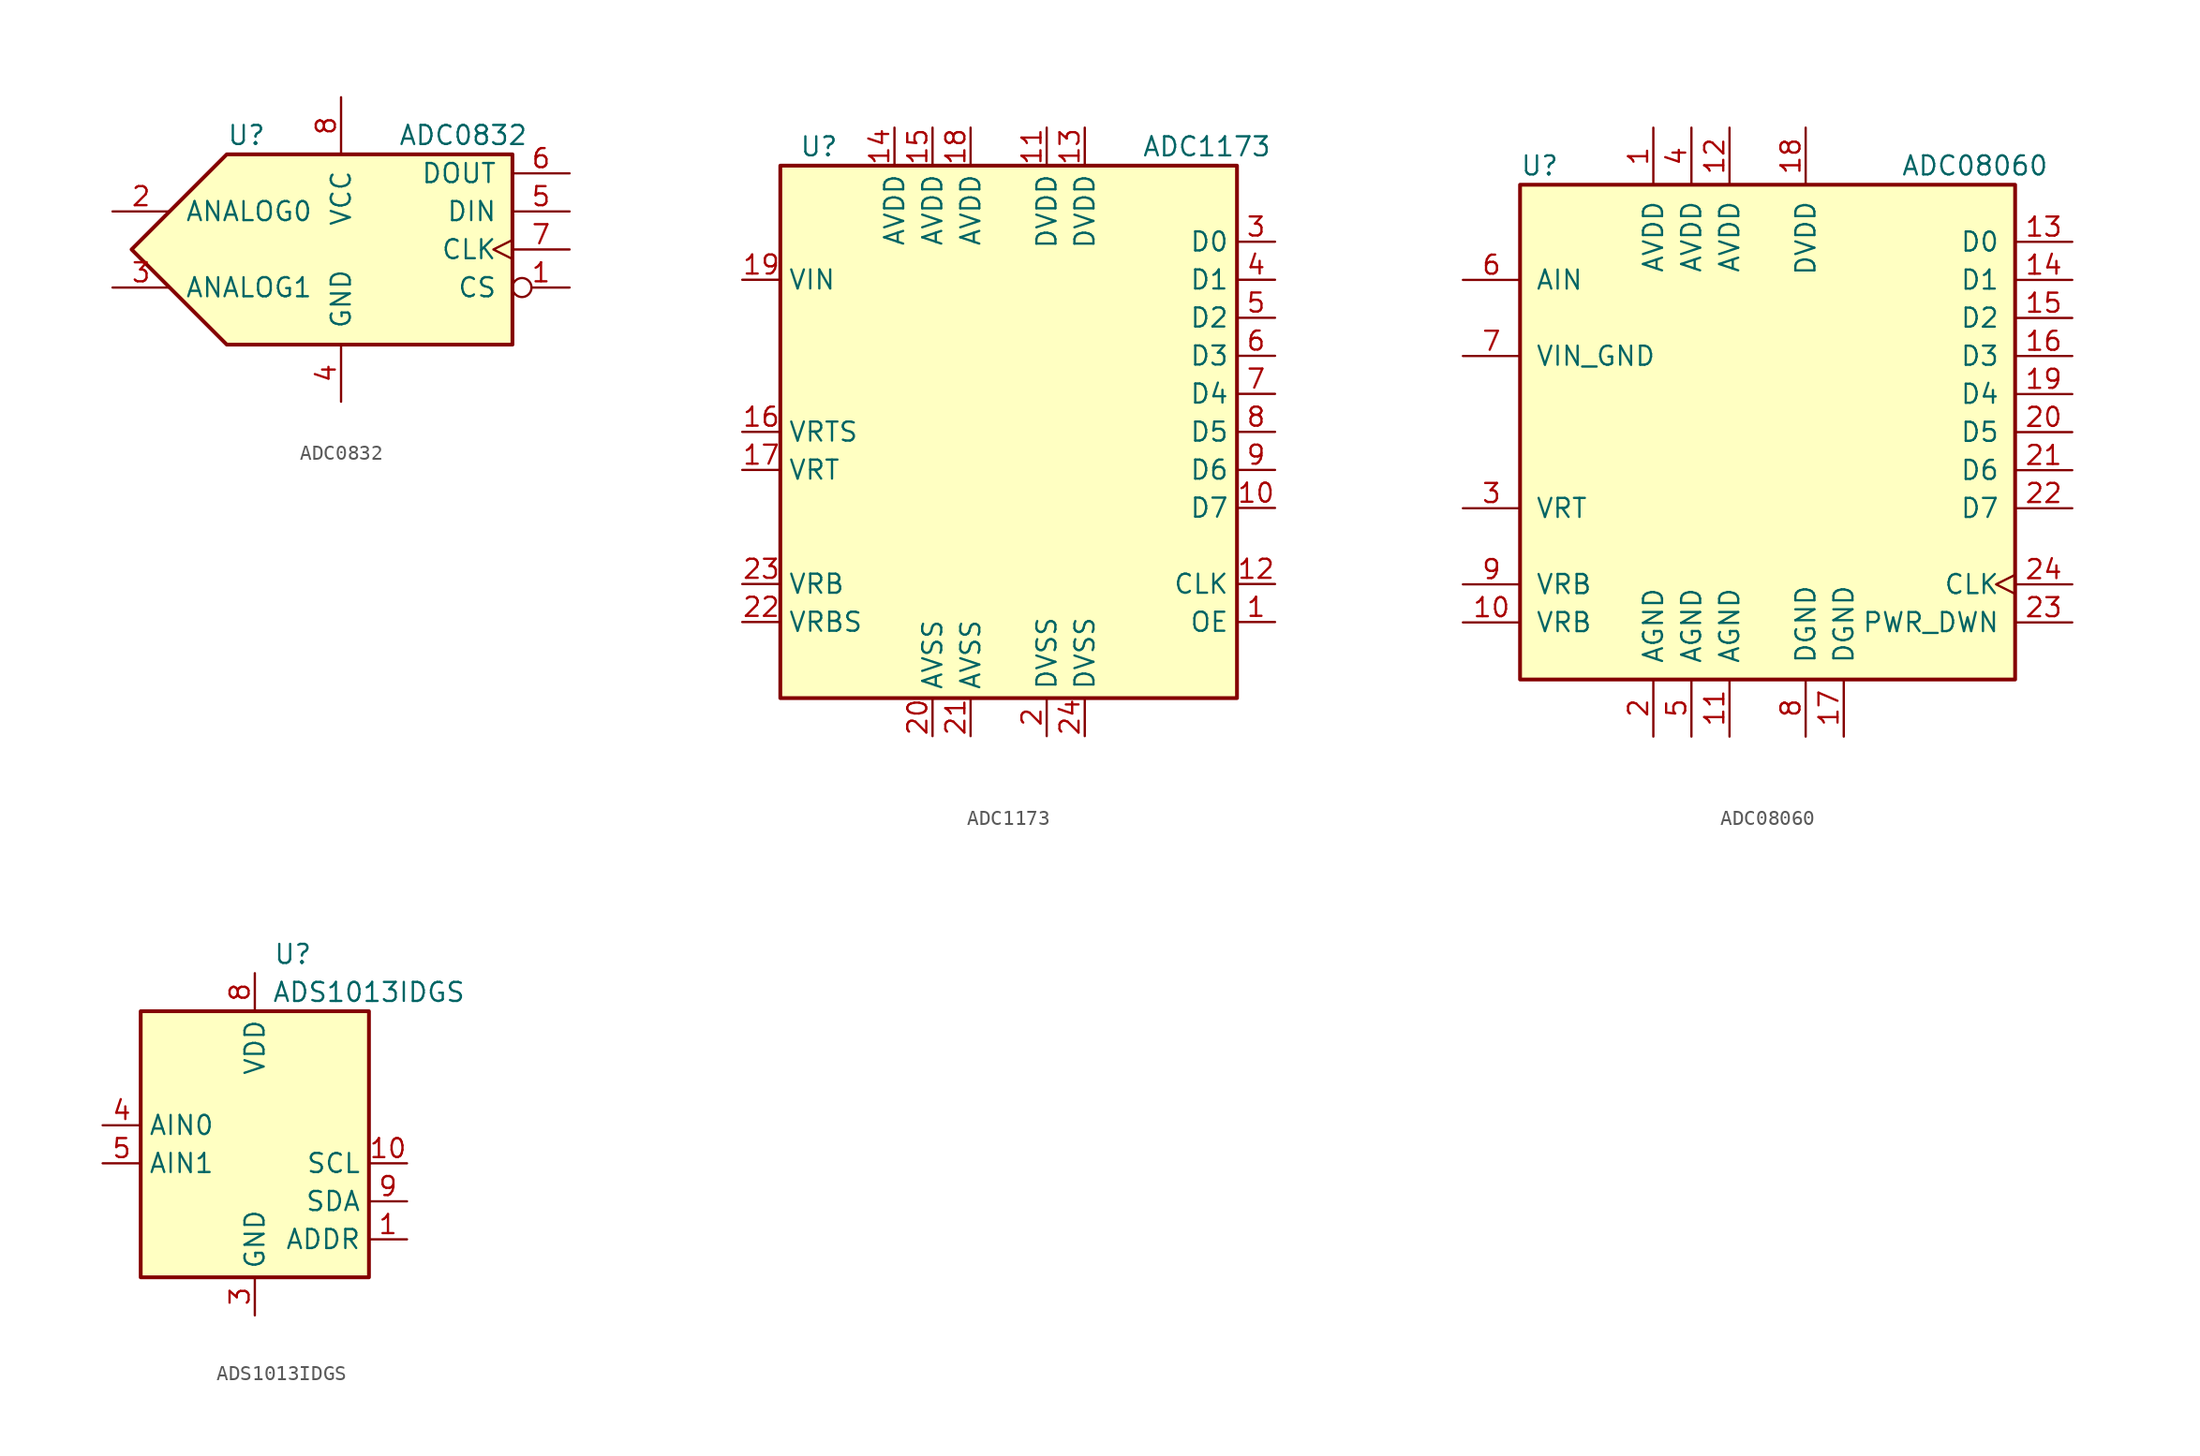
<source format=kicad_sym>
(kicad_symbol_lib
  (version 20201005)
  (generator kicad_symbol_editor)
  (symbol "Analog_ADC:ADC0832"
    (pin_names
      (offset 1.016))
    (property "Reference" "U"
      (at -7.62 7.62 0)
      (effects (font (size 1.27 1.27)) (justify left)))
    (property "Value" "ADC0832"
      (at 3.81 7.62 0)
      (effects (font (size 1.27 1.27)) (justify left)))
    (symbol "ADC0832_0_1"
      (polyline (pts (xy -13.97 0) (xy -7.62 6.35) (xy 11.43 6.35) (xy 11.43 -6.35) (xy -7.62 -6.35) (xy -13.97 0)) (stroke (width 0.254)) (fill (type background))))
    (symbol "ADC0832_1_1"
      (pin input inverted (at 15.24 -2.54 180) (length 3.81) (name "CS" (effects (font (size 1.27 1.27)))) (number "1" (effects (font (size 1.27 1.27)))))
      (pin input line (at -15.24 2.54 0) (length 3.81) (name "ANALOG0" (effects (font (size 1.27 1.27)))) (number "2" (effects (font (size 1.27 1.27)))))
      (pin input line (at -15.24 -2.54 0) (length 3.81) (name "ANALOG1" (effects (font (size 1.27 1.27)))) (number "3" (effects (font (size 1.27 1.27)))))
      (pin input line (at 0 -10.16 90) (length 3.81) (name "GND" (effects (font (size 1.27 1.27)))) (number "4" (effects (font (size 1.27 1.27)))))
      (pin input line (at 15.24 2.54 180) (length 3.81) (name "DIN" (effects (font (size 1.27 1.27)))) (number "5" (effects (font (size 1.27 1.27)))))
      (pin output line (at 15.24 5.08 180) (length 3.81) (name "DOUT" (effects (font (size 1.27 1.27)))) (number "6" (effects (font (size 1.27 1.27)))))
      (pin input clock (at 15.24 0 180) (length 3.81) (name "CLK" (effects (font (size 1.27 1.27)))) (number "7" (effects (font (size 1.27 1.27)))))
      (pin input line (at 0 10.16 270) (length 3.81) (name "VCC" (effects (font (size 1.27 1.27)))) (number "8" (effects (font (size 1.27 1.27)))))))
  (symbol "Analog_ADC:ADC1173"
    (property "Reference" "U"
      (at -13.97 19.05 0)
      (effects (font (size 1.27 1.27)) (justify left)))
    (property "Value" "ADC1173"
      (at 8.89 19.05 0)
      (effects (font (size 1.27 1.27)) (justify left)))
    (symbol "ADC1173_0_1"
      (rectangle (start -15.24 17.78) (end 15.24 -17.78) (stroke (width 0.254)) (fill (type background))))
    (symbol "ADC1173_1_1"
      (pin input line (at 17.78 -12.7 180) (length 2.54) (name "OE" (effects (font (size 1.27 1.27)))) (number "1" (effects (font (size 1.27 1.27)))))
      (pin tri_state line (at 17.78 -5.08 180) (length 2.54) (name "D7" (effects (font (size 1.27 1.27)))) (number "10" (effects (font (size 1.27 1.27)))))
      (pin power_in line (at 2.54 20.32 270) (length 2.54) (name "DVDD" (effects (font (size 1.27 1.27)))) (number "11" (effects (font (size 1.27 1.27)))))
      (pin input line (at 17.78 -10.16 180) (length 2.54) (name "CLK" (effects (font (size 1.27 1.27)))) (number "12" (effects (font (size 1.27 1.27)))))
      (pin power_in line (at 5.08 20.32 270) (length 2.54) (name "DVDD" (effects (font (size 1.27 1.27)))) (number "13" (effects (font (size 1.27 1.27)))))
      (pin power_in line (at -7.62 20.32 270) (length 2.54) (name "AVDD" (effects (font (size 1.27 1.27)))) (number "14" (effects (font (size 1.27 1.27)))))
      (pin power_in line (at -5.08 20.32 270) (length 2.54) (name "AVDD" (effects (font (size 1.27 1.27)))) (number "15" (effects (font (size 1.27 1.27)))))
      (pin input line (at -17.78 0 0) (length 2.54) (name "VRTS" (effects (font (size 1.27 1.27)))) (number "16" (effects (font (size 1.27 1.27)))))
      (pin input line (at -17.78 -2.54 0) (length 2.54) (name "VRT" (effects (font (size 1.27 1.27)))) (number "17" (effects (font (size 1.27 1.27)))))
      (pin power_in line (at -2.54 20.32 270) (length 2.54) (name "AVDD" (effects (font (size 1.27 1.27)))) (number "18" (effects (font (size 1.27 1.27)))))
      (pin input line (at -17.78 10.16 0) (length 2.54) (name "VIN" (effects (font (size 1.27 1.27)))) (number "19" (effects (font (size 1.27 1.27)))))
      (pin power_in line (at 2.54 -20.32 90) (length 2.54) (name "DVSS" (effects (font (size 1.27 1.27)))) (number "2" (effects (font (size 1.27 1.27)))))
      (pin power_in line (at -5.08 -20.32 90) (length 2.54) (name "AVSS" (effects (font (size 1.27 1.27)))) (number "20" (effects (font (size 1.27 1.27)))))
      (pin power_in line (at -2.54 -20.32 90) (length 2.54) (name "AVSS" (effects (font (size 1.27 1.27)))) (number "21" (effects (font (size 1.27 1.27)))))
      (pin input line (at -17.78 -12.7 0) (length 2.54) (name "VRBS" (effects (font (size 1.27 1.27)))) (number "22" (effects (font (size 1.27 1.27)))))
      (pin input line (at -17.78 -10.16 0) (length 2.54) (name "VRB" (effects (font (size 1.27 1.27)))) (number "23" (effects (font (size 1.27 1.27)))))
      (pin power_in line (at 5.08 -20.32 90) (length 2.54) (name "DVSS" (effects (font (size 1.27 1.27)))) (number "24" (effects (font (size 1.27 1.27)))))
      (pin tri_state line (at 17.78 12.7 180) (length 2.54) (name "D0" (effects (font (size 1.27 1.27)))) (number "3" (effects (font (size 1.27 1.27)))))
      (pin tri_state line (at 17.78 10.16 180) (length 2.54) (name "D1" (effects (font (size 1.27 1.27)))) (number "4" (effects (font (size 1.27 1.27)))))
      (pin tri_state line (at 17.78 7.62 180) (length 2.54) (name "D2" (effects (font (size 1.27 1.27)))) (number "5" (effects (font (size 1.27 1.27)))))
      (pin tri_state line (at 17.78 5.08 180) (length 2.54) (name "D3" (effects (font (size 1.27 1.27)))) (number "6" (effects (font (size 1.27 1.27)))))
      (pin tri_state line (at 17.78 2.54 180) (length 2.54) (name "D4" (effects (font (size 1.27 1.27)))) (number "7" (effects (font (size 1.27 1.27)))))
      (pin tri_state line (at 17.78 0 180) (length 2.54) (name "D5" (effects (font (size 1.27 1.27)))) (number "8" (effects (font (size 1.27 1.27)))))
      (pin tri_state line (at 17.78 -2.54 180) (length 2.54) (name "D6" (effects (font (size 1.27 1.27)))) (number "9" (effects (font (size 1.27 1.27)))))))
  (symbol "Analog_ADC:ADC08060"
    (pin_names
      (offset 1.016))
    (property "Reference" "U"
      (at -16.51 17.78 0)
      (effects (font (size 1.27 1.27)) (justify left)))
    (property "Value" "ADC08060"
      (at 8.89 17.78 0)
      (effects (font (size 1.27 1.27)) (justify left)))
    (symbol "ADC08060_0_1"
      (rectangle (start -16.51 16.51) (end 16.51 -16.51) (stroke (width 0.254)) (fill (type background))))
    (symbol "ADC08060_1_1"
      (pin power_in line (at -7.62 20.32 270) (length 3.81) (name "AVDD" (effects (font (size 1.27 1.27)))) (number "1" (effects (font (size 1.27 1.27)))))
      (pin input line (at -20.32 -12.7 0) (length 3.81) (name "VRB" (effects (font (size 1.27 1.27)))) (number "10" (effects (font (size 1.27 1.27)))))
      (pin power_in line (at -2.54 -20.32 90) (length 3.81) (name "AGND" (effects (font (size 1.27 1.27)))) (number "11" (effects (font (size 1.27 1.27)))))
      (pin power_in line (at -2.54 20.32 270) (length 3.81) (name "AVDD" (effects (font (size 1.27 1.27)))) (number "12" (effects (font (size 1.27 1.27)))))
      (pin tri_state line (at 20.32 12.7 180) (length 3.81) (name "D0" (effects (font (size 1.27 1.27)))) (number "13" (effects (font (size 1.27 1.27)))))
      (pin tri_state line (at 20.32 10.16 180) (length 3.81) (name "D1" (effects (font (size 1.27 1.27)))) (number "14" (effects (font (size 1.27 1.27)))))
      (pin tri_state line (at 20.32 7.62 180) (length 3.81) (name "D2" (effects (font (size 1.27 1.27)))) (number "15" (effects (font (size 1.27 1.27)))))
      (pin tri_state line (at 20.32 5.08 180) (length 3.81) (name "D3" (effects (font (size 1.27 1.27)))) (number "16" (effects (font (size 1.27 1.27)))))
      (pin power_in line (at 5.08 -20.32 90) (length 3.81) (name "DGND" (effects (font (size 1.27 1.27)))) (number "17" (effects (font (size 1.27 1.27)))))
      (pin power_in line (at 2.54 20.32 270) (length 3.81) (name "DVDD" (effects (font (size 1.27 1.27)))) (number "18" (effects (font (size 1.27 1.27)))))
      (pin tri_state line (at 20.32 2.54 180) (length 3.81) (name "D4" (effects (font (size 1.27 1.27)))) (number "19" (effects (font (size 1.27 1.27)))))
      (pin power_in line (at -7.62 -20.32 90) (length 3.81) (name "AGND" (effects (font (size 1.27 1.27)))) (number "2" (effects (font (size 1.27 1.27)))))
      (pin tri_state line (at 20.32 0 180) (length 3.81) (name "D5" (effects (font (size 1.27 1.27)))) (number "20" (effects (font (size 1.27 1.27)))))
      (pin tri_state line (at 20.32 -2.54 180) (length 3.81) (name "D6" (effects (font (size 1.27 1.27)))) (number "21" (effects (font (size 1.27 1.27)))))
      (pin tri_state line (at 20.32 -5.08 180) (length 3.81) (name "D7" (effects (font (size 1.27 1.27)))) (number "22" (effects (font (size 1.27 1.27)))))
      (pin input line (at 20.32 -12.7 180) (length 3.81) (name "PWR_DWN" (effects (font (size 1.27 1.27)))) (number "23" (effects (font (size 1.27 1.27)))))
      (pin input clock (at 20.32 -10.16 180) (length 3.81) (name "CLK" (effects (font (size 1.27 1.27)))) (number "24" (effects (font (size 1.27 1.27)))))
      (pin input line (at -20.32 -5.08 0) (length 3.81) (name "VRT" (effects (font (size 1.27 1.27)))) (number "3" (effects (font (size 1.27 1.27)))))
      (pin power_in line (at -5.08 20.32 270) (length 3.81) (name "AVDD" (effects (font (size 1.27 1.27)))) (number "4" (effects (font (size 1.27 1.27)))))
      (pin power_in line (at -5.08 -20.32 90) (length 3.81) (name "AGND" (effects (font (size 1.27 1.27)))) (number "5" (effects (font (size 1.27 1.27)))))
      (pin input line (at -20.32 10.16 0) (length 3.81) (name "AIN" (effects (font (size 1.27 1.27)))) (number "6" (effects (font (size 1.27 1.27)))))
      (pin input line (at -20.32 5.08 0) (length 3.81) (name "VIN_GND" (effects (font (size 1.27 1.27)))) (number "7" (effects (font (size 1.27 1.27)))))
      (pin power_in line (at 2.54 -20.32 90) (length 3.81) (name "DGND" (effects (font (size 1.27 1.27)))) (number "8" (effects (font (size 1.27 1.27)))))
      (pin input line (at -20.32 -10.16 0) (length 3.81) (name "VRB" (effects (font (size 1.27 1.27)))) (number "9" (effects (font (size 1.27 1.27)))))))
  (symbol "Analog_ADC:ADS1013IDGS"
    (property "Reference" "U"
      (at 2.54 13.97 0)
      (effects (font (size 1.27 1.27))))
    (property "Value" "ADS1013IDGS"
      (at 7.62 11.43 0)
      (effects (font (size 1.27 1.27))))
    (symbol "ADS1013IDGS_0_1"
      (rectangle (start -7.62 10.16) (end 7.62 -7.62) (stroke (width 0.254)) (fill (type background))))
    (symbol "ADS1013IDGS_1_1"
      (pin input line (at 10.16 -5.08 180) (length 2.54) (name "ADDR" (effects (font (size 1.27 1.27)))) (number "1" (effects (font (size 1.27 1.27)))))
      (pin input line (at 10.16 0 180) (length 2.54) (name "SCL" (effects (font (size 1.27 1.27)))) (number "10" (effects (font (size 1.27 1.27)))))
      (pin no_connect line (at 7.62 7.62 180) (length 2.54) hide (name "~" (effects (font (size 1.27 1.27)))) (number "2" (effects (font (size 1.27 1.27)))))
      (pin power_in line (at 0 -10.16 90) (length 2.54) (name "GND" (effects (font (size 1.27 1.27)))) (number "3" (effects (font (size 1.27 1.27)))))
      (pin input line (at -10.16 2.54 0) (length 2.54) (name "AIN0" (effects (font (size 1.27 1.27)))) (number "4" (effects (font (size 1.27 1.27)))))
      (pin input line (at -10.16 0 0) (length 2.54) (name "AIN1" (effects (font (size 1.27 1.27)))) (number "5" (effects (font (size 1.27 1.27)))))
      (pin no_connect line (at 7.62 5.08 180) (length 2.54) hide (name "~" (effects (font (size 1.27 1.27)))) (number "6" (effects (font (size 1.27 1.27)))))
      (pin no_connect line (at 7.62 2.54 180) (length 2.54) hide (name "~" (effects (font (size 1.27 1.27)))) (number "7" (effects (font (size 1.27 1.27)))))
      (pin power_in line (at 0 12.7 270) (length 2.54) (name "VDD" (effects (font (size 1.27 1.27)))) (number "8" (effects (font (size 1.27 1.27)))))
      (pin bidirectional line (at 10.16 -2.54 180) (length 2.54) (name "SDA" (effects (font (size 1.27 1.27)))) (number "9" (effects (font (size 1.27 1.27))))))))
</source>
